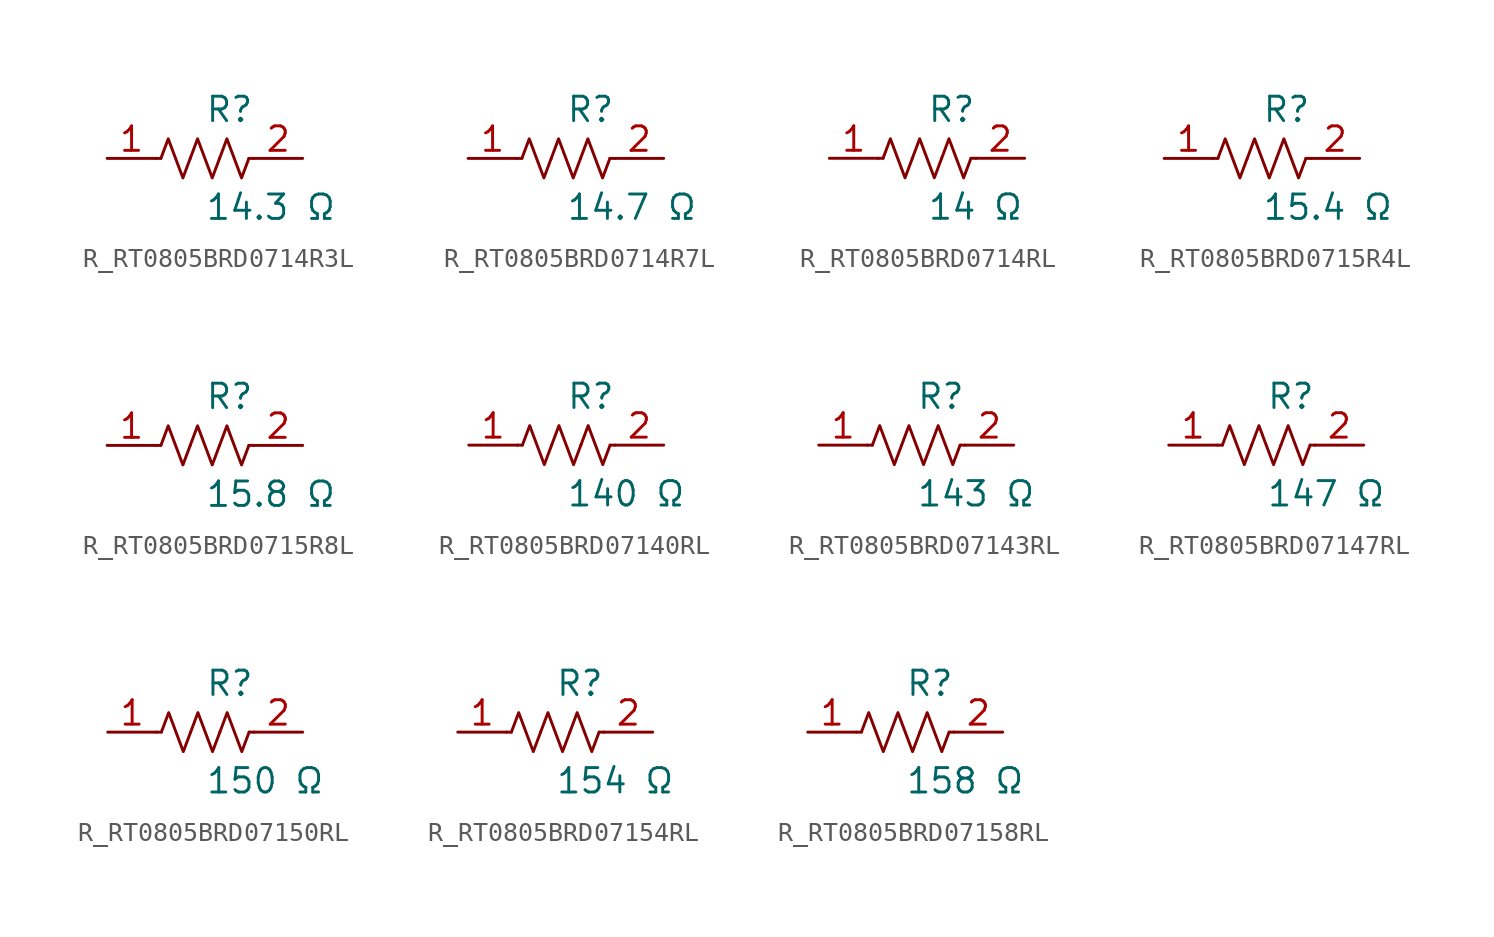
<source format=kicad_sym>
(kicad_symbol_lib
  (version 20231120)
  (generator kicad_symbol_editor)
  (generator_version 8.0)
  (symbol "R_RT0805BRD0714R3L"
    (pin_names
      (offset 0.254))
    (property "Reference" "R"
      (at 0.0 2.54 0)
      (effects (font (size 1.27 1.27)) (justify left)))
    (property "Value" "14.3 Ω"
      (at 0.0 -2.54 0)
      (effects (font (size 1.27 1.27)) (justify left)))
    (symbol "R_RT0805BRD0714R3L_0_1"
      (polyline (pts (xy 2.286 0) (xy 2.54 0)) (stroke (width 0) (type default)) (fill (type none)))
      (polyline (pts (xy -2.286 0) (xy -2.54 0)) (stroke (width 0) (type default)) (fill (type none)))
      (polyline (pts (xy 0.762 0) (xy 1.143 1.016) (xy 1.524 0) (xy 1.905 -1.016) (xy 2.286 0)) (stroke (width 0) (type default)) (fill (type none)))
      (polyline (pts (xy -0.762 0) (xy -0.381 1.016) (xy 0 0) (xy 0.381 -1.016) (xy 0.762 0)) (stroke (width 0) (type default)) (fill (type none)))
      (polyline (pts (xy -2.286 0) (xy -1.905 1.016) (xy -1.524 0) (xy -1.143 -1.016) (xy -0.762 0)) (stroke (width 0) (type default)) (fill (type none))))
    (pin unspecified line
      (at -5.08 0 0)
      (length 2.54)
      (name "" (effects (font (size 1.27 1.27))))
      (number "1" (effects (font (size 1.27 1.27)))))
    (pin unspecified line
      (at 5.08 0 180)
      (length 2.54)
      (name "" (effects (font (size 1.27 1.27))))
      (number "2" (effects (font (size 1.27 1.27))))))
  (symbol "R_RT0805BRD0714R7L"
    (pin_names
      (offset 0.254))
    (property "Reference" "R"
      (at 0.0 2.54 0)
      (effects (font (size 1.27 1.27)) (justify left)))
    (property "Value" "14.7 Ω"
      (at 0.0 -2.54 0)
      (effects (font (size 1.27 1.27)) (justify left)))
    (symbol "R_RT0805BRD0714R7L_0_1"
      (polyline (pts (xy 2.286 0) (xy 2.54 0)) (stroke (width 0) (type default)) (fill (type none)))
      (polyline (pts (xy -2.286 0) (xy -2.54 0)) (stroke (width 0) (type default)) (fill (type none)))
      (polyline (pts (xy 0.762 0) (xy 1.143 1.016) (xy 1.524 0) (xy 1.905 -1.016) (xy 2.286 0)) (stroke (width 0) (type default)) (fill (type none)))
      (polyline (pts (xy -0.762 0) (xy -0.381 1.016) (xy 0 0) (xy 0.381 -1.016) (xy 0.762 0)) (stroke (width 0) (type default)) (fill (type none)))
      (polyline (pts (xy -2.286 0) (xy -1.905 1.016) (xy -1.524 0) (xy -1.143 -1.016) (xy -0.762 0)) (stroke (width 0) (type default)) (fill (type none))))
    (pin unspecified line
      (at -5.08 0 0)
      (length 2.54)
      (name "" (effects (font (size 1.27 1.27))))
      (number "1" (effects (font (size 1.27 1.27)))))
    (pin unspecified line
      (at 5.08 0 180)
      (length 2.54)
      (name "" (effects (font (size 1.27 1.27))))
      (number "2" (effects (font (size 1.27 1.27))))))
  (symbol "R_RT0805BRD0714RL"
    (pin_names
      (offset 0.254))
    (property "Reference" "R"
      (at 0.0 2.54 0)
      (effects (font (size 1.27 1.27)) (justify left)))
    (property "Value" "14 Ω"
      (at 0.0 -2.54 0)
      (effects (font (size 1.27 1.27)) (justify left)))
    (symbol "R_RT0805BRD0714RL_0_1"
      (polyline (pts (xy 2.286 0) (xy 2.54 0)) (stroke (width 0) (type default)) (fill (type none)))
      (polyline (pts (xy -2.286 0) (xy -2.54 0)) (stroke (width 0) (type default)) (fill (type none)))
      (polyline (pts (xy 0.762 0) (xy 1.143 1.016) (xy 1.524 0) (xy 1.905 -1.016) (xy 2.286 0)) (stroke (width 0) (type default)) (fill (type none)))
      (polyline (pts (xy -0.762 0) (xy -0.381 1.016) (xy 0 0) (xy 0.381 -1.016) (xy 0.762 0)) (stroke (width 0) (type default)) (fill (type none)))
      (polyline (pts (xy -2.286 0) (xy -1.905 1.016) (xy -1.524 0) (xy -1.143 -1.016) (xy -0.762 0)) (stroke (width 0) (type default)) (fill (type none))))
    (pin unspecified line
      (at -5.08 0 0)
      (length 2.54)
      (name "" (effects (font (size 1.27 1.27))))
      (number "1" (effects (font (size 1.27 1.27)))))
    (pin unspecified line
      (at 5.08 0 180)
      (length 2.54)
      (name "" (effects (font (size 1.27 1.27))))
      (number "2" (effects (font (size 1.27 1.27))))))
  (symbol "R_RT0805BRD0715R4L"
    (pin_names
      (offset 0.254))
    (property "Reference" "R"
      (at 0.0 2.54 0)
      (effects (font (size 1.27 1.27)) (justify left)))
    (property "Value" "15.4 Ω"
      (at 0.0 -2.54 0)
      (effects (font (size 1.27 1.27)) (justify left)))
    (symbol "R_RT0805BRD0715R4L_0_1"
      (polyline (pts (xy 2.286 0) (xy 2.54 0)) (stroke (width 0) (type default)) (fill (type none)))
      (polyline (pts (xy -2.286 0) (xy -2.54 0)) (stroke (width 0) (type default)) (fill (type none)))
      (polyline (pts (xy 0.762 0) (xy 1.143 1.016) (xy 1.524 0) (xy 1.905 -1.016) (xy 2.286 0)) (stroke (width 0) (type default)) (fill (type none)))
      (polyline (pts (xy -0.762 0) (xy -0.381 1.016) (xy 0 0) (xy 0.381 -1.016) (xy 0.762 0)) (stroke (width 0) (type default)) (fill (type none)))
      (polyline (pts (xy -2.286 0) (xy -1.905 1.016) (xy -1.524 0) (xy -1.143 -1.016) (xy -0.762 0)) (stroke (width 0) (type default)) (fill (type none))))
    (pin unspecified line
      (at -5.08 0 0)
      (length 2.54)
      (name "" (effects (font (size 1.27 1.27))))
      (number "1" (effects (font (size 1.27 1.27)))))
    (pin unspecified line
      (at 5.08 0 180)
      (length 2.54)
      (name "" (effects (font (size 1.27 1.27))))
      (number "2" (effects (font (size 1.27 1.27))))))
  (symbol "R_RT0805BRD0715R8L"
    (pin_names
      (offset 0.254))
    (property "Reference" "R"
      (at 0.0 2.54 0)
      (effects (font (size 1.27 1.27)) (justify left)))
    (property "Value" "15.8 Ω"
      (at 0.0 -2.54 0)
      (effects (font (size 1.27 1.27)) (justify left)))
    (symbol "R_RT0805BRD0715R8L_0_1"
      (polyline (pts (xy 2.286 0) (xy 2.54 0)) (stroke (width 0) (type default)) (fill (type none)))
      (polyline (pts (xy -2.286 0) (xy -2.54 0)) (stroke (width 0) (type default)) (fill (type none)))
      (polyline (pts (xy 0.762 0) (xy 1.143 1.016) (xy 1.524 0) (xy 1.905 -1.016) (xy 2.286 0)) (stroke (width 0) (type default)) (fill (type none)))
      (polyline (pts (xy -0.762 0) (xy -0.381 1.016) (xy 0 0) (xy 0.381 -1.016) (xy 0.762 0)) (stroke (width 0) (type default)) (fill (type none)))
      (polyline (pts (xy -2.286 0) (xy -1.905 1.016) (xy -1.524 0) (xy -1.143 -1.016) (xy -0.762 0)) (stroke (width 0) (type default)) (fill (type none))))
    (pin unspecified line
      (at -5.08 0 0)
      (length 2.54)
      (name "" (effects (font (size 1.27 1.27))))
      (number "1" (effects (font (size 1.27 1.27)))))
    (pin unspecified line
      (at 5.08 0 180)
      (length 2.54)
      (name "" (effects (font (size 1.27 1.27))))
      (number "2" (effects (font (size 1.27 1.27))))))
  (symbol "R_RT0805BRD07140RL"
    (pin_names
      (offset 0.254))
    (property "Reference" "R"
      (at 0.0 2.54 0)
      (effects (font (size 1.27 1.27)) (justify left)))
    (property "Value" "140 Ω"
      (at 0.0 -2.54 0)
      (effects (font (size 1.27 1.27)) (justify left)))
    (symbol "R_RT0805BRD07140RL_0_1"
      (polyline (pts (xy 2.286 0) (xy 2.54 0)) (stroke (width 0) (type default)) (fill (type none)))
      (polyline (pts (xy -2.286 0) (xy -2.54 0)) (stroke (width 0) (type default)) (fill (type none)))
      (polyline (pts (xy 0.762 0) (xy 1.143 1.016) (xy 1.524 0) (xy 1.905 -1.016) (xy 2.286 0)) (stroke (width 0) (type default)) (fill (type none)))
      (polyline (pts (xy -0.762 0) (xy -0.381 1.016) (xy 0 0) (xy 0.381 -1.016) (xy 0.762 0)) (stroke (width 0) (type default)) (fill (type none)))
      (polyline (pts (xy -2.286 0) (xy -1.905 1.016) (xy -1.524 0) (xy -1.143 -1.016) (xy -0.762 0)) (stroke (width 0) (type default)) (fill (type none))))
    (pin unspecified line
      (at -5.08 0 0)
      (length 2.54)
      (name "" (effects (font (size 1.27 1.27))))
      (number "1" (effects (font (size 1.27 1.27)))))
    (pin unspecified line
      (at 5.08 0 180)
      (length 2.54)
      (name "" (effects (font (size 1.27 1.27))))
      (number "2" (effects (font (size 1.27 1.27))))))
  (symbol "R_RT0805BRD07143RL"
    (pin_names
      (offset 0.254))
    (property "Reference" "R"
      (at 0.0 2.54 0)
      (effects (font (size 1.27 1.27)) (justify left)))
    (property "Value" "143 Ω"
      (at 0.0 -2.54 0)
      (effects (font (size 1.27 1.27)) (justify left)))
    (symbol "R_RT0805BRD07143RL_0_1"
      (polyline (pts (xy 2.286 0) (xy 2.54 0)) (stroke (width 0) (type default)) (fill (type none)))
      (polyline (pts (xy -2.286 0) (xy -2.54 0)) (stroke (width 0) (type default)) (fill (type none)))
      (polyline (pts (xy 0.762 0) (xy 1.143 1.016) (xy 1.524 0) (xy 1.905 -1.016) (xy 2.286 0)) (stroke (width 0) (type default)) (fill (type none)))
      (polyline (pts (xy -0.762 0) (xy -0.381 1.016) (xy 0 0) (xy 0.381 -1.016) (xy 0.762 0)) (stroke (width 0) (type default)) (fill (type none)))
      (polyline (pts (xy -2.286 0) (xy -1.905 1.016) (xy -1.524 0) (xy -1.143 -1.016) (xy -0.762 0)) (stroke (width 0) (type default)) (fill (type none))))
    (pin unspecified line
      (at -5.08 0 0)
      (length 2.54)
      (name "" (effects (font (size 1.27 1.27))))
      (number "1" (effects (font (size 1.27 1.27)))))
    (pin unspecified line
      (at 5.08 0 180)
      (length 2.54)
      (name "" (effects (font (size 1.27 1.27))))
      (number "2" (effects (font (size 1.27 1.27))))))
  (symbol "R_RT0805BRD07147RL"
    (pin_names
      (offset 0.254))
    (property "Reference" "R"
      (at 0.0 2.54 0)
      (effects (font (size 1.27 1.27)) (justify left)))
    (property "Value" "147 Ω"
      (at 0.0 -2.54 0)
      (effects (font (size 1.27 1.27)) (justify left)))
    (symbol "R_RT0805BRD07147RL_0_1"
      (polyline (pts (xy 2.286 0) (xy 2.54 0)) (stroke (width 0) (type default)) (fill (type none)))
      (polyline (pts (xy -2.286 0) (xy -2.54 0)) (stroke (width 0) (type default)) (fill (type none)))
      (polyline (pts (xy 0.762 0) (xy 1.143 1.016) (xy 1.524 0) (xy 1.905 -1.016) (xy 2.286 0)) (stroke (width 0) (type default)) (fill (type none)))
      (polyline (pts (xy -0.762 0) (xy -0.381 1.016) (xy 0 0) (xy 0.381 -1.016) (xy 0.762 0)) (stroke (width 0) (type default)) (fill (type none)))
      (polyline (pts (xy -2.286 0) (xy -1.905 1.016) (xy -1.524 0) (xy -1.143 -1.016) (xy -0.762 0)) (stroke (width 0) (type default)) (fill (type none))))
    (pin unspecified line
      (at -5.08 0 0)
      (length 2.54)
      (name "" (effects (font (size 1.27 1.27))))
      (number "1" (effects (font (size 1.27 1.27)))))
    (pin unspecified line
      (at 5.08 0 180)
      (length 2.54)
      (name "" (effects (font (size 1.27 1.27))))
      (number "2" (effects (font (size 1.27 1.27))))))
  (symbol "R_RT0805BRD07150RL"
    (pin_names
      (offset 0.254))
    (property "Reference" "R"
      (at 0.0 2.54 0)
      (effects (font (size 1.27 1.27)) (justify left)))
    (property "Value" "150 Ω"
      (at 0.0 -2.54 0)
      (effects (font (size 1.27 1.27)) (justify left)))
    (symbol "R_RT0805BRD07150RL_0_1"
      (polyline (pts (xy 2.286 0) (xy 2.54 0)) (stroke (width 0) (type default)) (fill (type none)))
      (polyline (pts (xy -2.286 0) (xy -2.54 0)) (stroke (width 0) (type default)) (fill (type none)))
      (polyline (pts (xy 0.762 0) (xy 1.143 1.016) (xy 1.524 0) (xy 1.905 -1.016) (xy 2.286 0)) (stroke (width 0) (type default)) (fill (type none)))
      (polyline (pts (xy -0.762 0) (xy -0.381 1.016) (xy 0 0) (xy 0.381 -1.016) (xy 0.762 0)) (stroke (width 0) (type default)) (fill (type none)))
      (polyline (pts (xy -2.286 0) (xy -1.905 1.016) (xy -1.524 0) (xy -1.143 -1.016) (xy -0.762 0)) (stroke (width 0) (type default)) (fill (type none))))
    (pin unspecified line
      (at -5.08 0 0)
      (length 2.54)
      (name "" (effects (font (size 1.27 1.27))))
      (number "1" (effects (font (size 1.27 1.27)))))
    (pin unspecified line
      (at 5.08 0 180)
      (length 2.54)
      (name "" (effects (font (size 1.27 1.27))))
      (number "2" (effects (font (size 1.27 1.27))))))
  (symbol "R_RT0805BRD07154RL"
    (pin_names
      (offset 0.254))
    (property "Reference" "R"
      (at 0.0 2.54 0)
      (effects (font (size 1.27 1.27)) (justify left)))
    (property "Value" "154 Ω"
      (at 0.0 -2.54 0)
      (effects (font (size 1.27 1.27)) (justify left)))
    (symbol "R_RT0805BRD07154RL_0_1"
      (polyline (pts (xy 2.286 0) (xy 2.54 0)) (stroke (width 0) (type default)) (fill (type none)))
      (polyline (pts (xy -2.286 0) (xy -2.54 0)) (stroke (width 0) (type default)) (fill (type none)))
      (polyline (pts (xy 0.762 0) (xy 1.143 1.016) (xy 1.524 0) (xy 1.905 -1.016) (xy 2.286 0)) (stroke (width 0) (type default)) (fill (type none)))
      (polyline (pts (xy -0.762 0) (xy -0.381 1.016) (xy 0 0) (xy 0.381 -1.016) (xy 0.762 0)) (stroke (width 0) (type default)) (fill (type none)))
      (polyline (pts (xy -2.286 0) (xy -1.905 1.016) (xy -1.524 0) (xy -1.143 -1.016) (xy -0.762 0)) (stroke (width 0) (type default)) (fill (type none))))
    (pin unspecified line
      (at -5.08 0 0)
      (length 2.54)
      (name "" (effects (font (size 1.27 1.27))))
      (number "1" (effects (font (size 1.27 1.27)))))
    (pin unspecified line
      (at 5.08 0 180)
      (length 2.54)
      (name "" (effects (font (size 1.27 1.27))))
      (number "2" (effects (font (size 1.27 1.27))))))
  (symbol "R_RT0805BRD07158RL"
    (pin_names
      (offset 0.254))
    (property "Reference" "R"
      (at 0.0 2.54 0)
      (effects (font (size 1.27 1.27)) (justify left)))
    (property "Value" "158 Ω"
      (at 0.0 -2.54 0)
      (effects (font (size 1.27 1.27)) (justify left)))
    (symbol "R_RT0805BRD07158RL_0_1"
      (polyline (pts (xy 2.286 0) (xy 2.54 0)) (stroke (width 0) (type default)) (fill (type none)))
      (polyline (pts (xy -2.286 0) (xy -2.54 0)) (stroke (width 0) (type default)) (fill (type none)))
      (polyline (pts (xy 0.762 0) (xy 1.143 1.016) (xy 1.524 0) (xy 1.905 -1.016) (xy 2.286 0)) (stroke (width 0) (type default)) (fill (type none)))
      (polyline (pts (xy -0.762 0) (xy -0.381 1.016) (xy 0 0) (xy 0.381 -1.016) (xy 0.762 0)) (stroke (width 0) (type default)) (fill (type none)))
      (polyline (pts (xy -2.286 0) (xy -1.905 1.016) (xy -1.524 0) (xy -1.143 -1.016) (xy -0.762 0)) (stroke (width 0) (type default)) (fill (type none))))
    (pin unspecified line
      (at -5.08 0 0)
      (length 2.54)
      (name "" (effects (font (size 1.27 1.27))))
      (number "1" (effects (font (size 1.27 1.27)))))
    (pin unspecified line
      (at 5.08 0 180)
      (length 2.54)
      (name "" (effects (font (size 1.27 1.27))))
      (number "2" (effects (font (size 1.27 1.27)))))))
</source>
